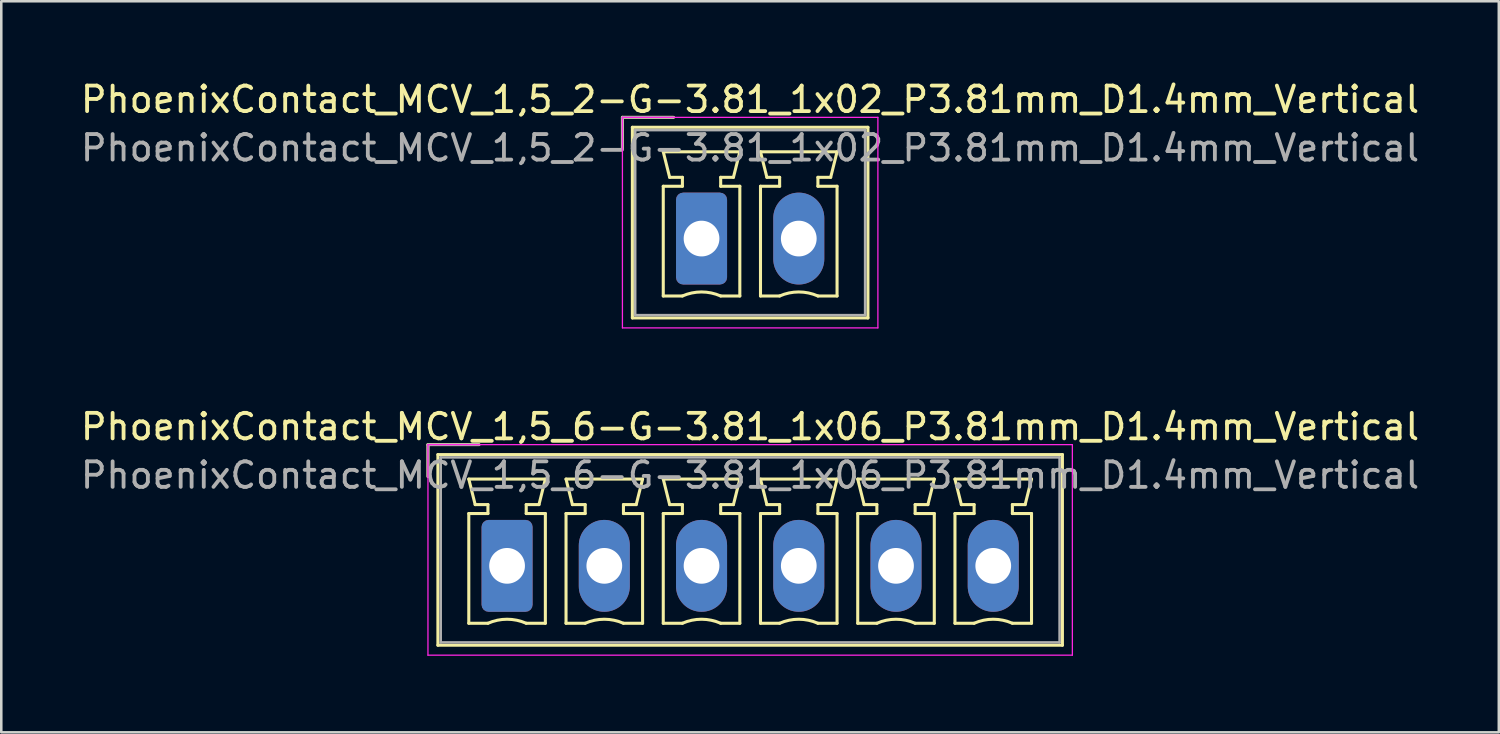
<source format=kicad_pcb>
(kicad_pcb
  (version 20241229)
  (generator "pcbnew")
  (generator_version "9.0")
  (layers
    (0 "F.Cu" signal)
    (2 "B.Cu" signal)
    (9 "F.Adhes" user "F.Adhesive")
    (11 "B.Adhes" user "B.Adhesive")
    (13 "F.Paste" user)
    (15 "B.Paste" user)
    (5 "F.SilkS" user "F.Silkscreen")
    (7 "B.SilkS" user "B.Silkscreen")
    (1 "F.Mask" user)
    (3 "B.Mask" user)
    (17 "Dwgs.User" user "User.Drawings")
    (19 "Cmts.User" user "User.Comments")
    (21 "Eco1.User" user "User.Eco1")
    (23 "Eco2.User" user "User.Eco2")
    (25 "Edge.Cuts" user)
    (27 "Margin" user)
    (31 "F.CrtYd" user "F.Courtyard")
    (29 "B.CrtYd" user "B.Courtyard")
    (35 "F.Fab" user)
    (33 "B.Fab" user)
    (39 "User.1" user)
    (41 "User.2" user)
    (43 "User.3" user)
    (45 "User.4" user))
  (footprint "PhoenixContact_MCV_1,5_6-G-3.81_1x06_P3.81mm_D1.4mm_Vertical"
    (layer "F.Cu")
    (at 16.819 19.122)
    (property "Reference" "PhoenixContact_MCV_1,5_6-G-3.81_1x06_P3.81mm_D1.4mm_Vertical" (at 9.52 -5.45 0) (layer "F.SilkS") (effects (font (size 1 1) (thickness 0.15))))
    (attr through_hole)
    (fp_line (start -3.1 -4.75) (end -1.1 -4.75) (stroke (width 0.12) (type solid)) (layer "F.SilkS"))
    (fp_line (start -3.1 -3.5) (end -3.1 -4.75) (stroke (width 0.12) (type solid)) (layer "F.SilkS"))
    (fp_line (start -2.71 -4.36) (end -2.71 3.11) (stroke (width 0.12) (type solid)) (layer "F.SilkS"))
    (fp_line (start -2.71 3.11) (end 21.76 3.11) (stroke (width 0.12) (type solid)) (layer "F.SilkS"))
    (fp_line (start -1.5 -3.4) (end 1.5 -3.4) (stroke (width 0.12) (type solid)) (layer "F.SilkS"))
    (fp_line (start -1.5 -2.05) (end -0.75 -2.05) (stroke (width 0.12) (type solid)) (layer "F.SilkS"))
    (fp_line (start -1.5 2.25) (end -1.5 -2.05) (stroke (width 0.12) (type solid)) (layer "F.SilkS"))
    (fp_line (start -1.25 -2.4) (end -1.5 -3.4) (stroke (width 0.12) (type solid)) (layer "F.SilkS"))
    (fp_line (start -0.75 -2.4) (end -1.25 -2.4) (stroke (width 0.12) (type solid)) (layer "F.SilkS"))
    (fp_line (start -0.75 -2.05) (end -0.75 -2.4) (stroke (width 0.12) (type solid)) (layer "F.SilkS"))
    (fp_line (start -0.75 2.25) (end -1.5 2.25) (stroke (width 0.12) (type solid)) (layer "F.SilkS"))
    (fp_line (start 0.75 -2.4) (end 0.75 -2.05) (stroke (width 0.12) (type solid)) (layer "F.SilkS"))
    (fp_line (start 0.75 -2.05) (end 1.5 -2.05) (stroke (width 0.12) (type solid)) (layer "F.SilkS"))
    (fp_line (start 1.25 -2.4) (end 0.75 -2.4) (stroke (width 0.12) (type solid)) (layer "F.SilkS"))
    (fp_line (start 1.5 -3.4) (end 1.25 -2.4) (stroke (width 0.12) (type solid)) (layer "F.SilkS"))
    (fp_line (start 1.5 -2.05) (end 1.5 2.25) (stroke (width 0.12) (type solid)) (layer "F.SilkS"))
    (fp_line (start 1.5 2.25) (end 0.75 2.25) (stroke (width 0.12) (type solid)) (layer "F.SilkS"))
    (fp_line (start 2.31 -3.4) (end 5.31 -3.4) (stroke (width 0.12) (type solid)) (layer "F.SilkS"))
    (fp_line (start 2.31 -2.05) (end 3.06 -2.05) (stroke (width 0.12) (type solid)) (layer "F.SilkS"))
    (fp_line (start 2.31 2.25) (end 2.31 -2.05) (stroke (width 0.12) (type solid)) (layer "F.SilkS"))
    (fp_line (start 2.56 -2.4) (end 2.31 -3.4) (stroke (width 0.12) (type solid)) (layer "F.SilkS"))
    (fp_line (start 3.06 -2.4) (end 2.56 -2.4) (stroke (width 0.12) (type solid)) (layer "F.SilkS"))
    (fp_line (start 3.06 -2.05) (end 3.06 -2.4) (stroke (width 0.12) (type solid)) (layer "F.SilkS"))
    (fp_line (start 3.06 2.25) (end 2.31 2.25) (stroke (width 0.12) (type solid)) (layer "F.SilkS"))
    (fp_line (start 4.56 -2.4) (end 4.56 -2.05) (stroke (width 0.12) (type solid)) (layer "F.SilkS"))
    (fp_line (start 4.56 -2.05) (end 5.31 -2.05) (stroke (width 0.12) (type solid)) (layer "F.SilkS"))
    (fp_line (start 5.06 -2.4) (end 4.56 -2.4) (stroke (width 0.12) (type solid)) (layer "F.SilkS"))
    (fp_line (start 5.31 -3.4) (end 5.06 -2.4) (stroke (width 0.12) (type solid)) (layer "F.SilkS"))
    (fp_line (start 5.31 -2.05) (end 5.31 2.25) (stroke (width 0.12) (type solid)) (layer "F.SilkS"))
    (fp_line (start 5.31 2.25) (end 4.56 2.25) (stroke (width 0.12) (type solid)) (layer "F.SilkS"))
    (fp_line (start 6.12 -3.4) (end 9.12 -3.4) (stroke (width 0.12) (type solid)) (layer "F.SilkS"))
    (fp_line (start 6.12 -2.05) (end 6.87 -2.05) (stroke (width 0.12) (type solid)) (layer "F.SilkS"))
    (fp_line (start 6.12 2.25) (end 6.12 -2.05) (stroke (width 0.12) (type solid)) (layer "F.SilkS"))
    (fp_line (start 6.37 -2.4) (end 6.12 -3.4) (stroke (width 0.12) (type solid)) (layer "F.SilkS"))
    (fp_line (start 6.87 -2.4) (end 6.37 -2.4) (stroke (width 0.12) (type solid)) (layer "F.SilkS"))
    (fp_line (start 6.87 -2.05) (end 6.87 -2.4) (stroke (width 0.12) (type solid)) (layer "F.SilkS"))
    (fp_line (start 6.87 2.25) (end 6.12 2.25) (stroke (width 0.12) (type solid)) (layer "F.SilkS"))
    (fp_line (start 8.37 -2.4) (end 8.37 -2.05) (stroke (width 0.12) (type solid)) (layer "F.SilkS"))
    (fp_line (start 8.37 -2.05) (end 9.12 -2.05) (stroke (width 0.12) (type solid)) (layer "F.SilkS"))
    (fp_line (start 8.87 -2.4) (end 8.37 -2.4) (stroke (width 0.12) (type solid)) (layer "F.SilkS"))
    (fp_line (start 9.12 -3.4) (end 8.87 -2.4) (stroke (width 0.12) (type solid)) (layer "F.SilkS"))
    (fp_line (start 9.12 -2.05) (end 9.12 2.25) (stroke (width 0.12) (type solid)) (layer "F.SilkS"))
    (fp_line (start 9.12 2.25) (end 8.37 2.25) (stroke (width 0.12) (type solid)) (layer "F.SilkS"))
    (fp_line (start 9.93 -3.4) (end 12.93 -3.4) (stroke (width 0.12) (type solid)) (layer "F.SilkS"))
    (fp_line (start 9.93 -2.05) (end 10.68 -2.05) (stroke (width 0.12) (type solid)) (layer "F.SilkS"))
    (fp_line (start 9.93 2.25) (end 9.93 -2.05) (stroke (width 0.12) (type solid)) (layer "F.SilkS"))
    (fp_line (start 10.18 -2.4) (end 9.93 -3.4) (stroke (width 0.12) (type solid)) (layer "F.SilkS"))
    (fp_line (start 10.68 -2.4) (end 10.18 -2.4) (stroke (width 0.12) (type solid)) (layer "F.SilkS"))
    (fp_line (start 10.68 -2.05) (end 10.68 -2.4) (stroke (width 0.12) (type solid)) (layer "F.SilkS"))
    (fp_line (start 10.68 2.25) (end 9.93 2.25) (stroke (width 0.12) (type solid)) (layer "F.SilkS"))
    (fp_line (start 12.18 -2.4) (end 12.18 -2.05) (stroke (width 0.12) (type solid)) (layer "F.SilkS"))
    (fp_line (start 12.18 -2.05) (end 12.93 -2.05) (stroke (width 0.12) (type solid)) (layer "F.SilkS"))
    (fp_line (start 12.68 -2.4) (end 12.18 -2.4) (stroke (width 0.12) (type solid)) (layer "F.SilkS"))
    (fp_line (start 12.93 -3.4) (end 12.68 -2.4) (stroke (width 0.12) (type solid)) (layer "F.SilkS"))
    (fp_line (start 12.93 -2.05) (end 12.93 2.25) (stroke (width 0.12) (type solid)) (layer "F.SilkS"))
    (fp_line (start 12.93 2.25) (end 12.18 2.25) (stroke (width 0.12) (type solid)) (layer "F.SilkS"))
    (fp_line (start 13.74 -3.4) (end 16.74 -3.4) (stroke (width 0.12) (type solid)) (layer "F.SilkS"))
    (fp_line (start 13.74 -2.05) (end 14.49 -2.05) (stroke (width 0.12) (type solid)) (layer "F.SilkS"))
    (fp_line (start 13.74 2.25) (end 13.74 -2.05) (stroke (width 0.12) (type solid)) (layer "F.SilkS"))
    (fp_line (start 13.99 -2.4) (end 13.74 -3.4) (stroke (width 0.12) (type solid)) (layer "F.SilkS"))
    (fp_line (start 14.49 -2.4) (end 13.99 -2.4) (stroke (width 0.12) (type solid)) (layer "F.SilkS"))
    (fp_line (start 14.49 -2.05) (end 14.49 -2.4) (stroke (width 0.12) (type solid)) (layer "F.SilkS"))
    (fp_line (start 14.49 2.25) (end 13.74 2.25) (stroke (width 0.12) (type solid)) (layer "F.SilkS"))
    (fp_line (start 15.99 -2.4) (end 15.99 -2.05) (stroke (width 0.12) (type solid)) (layer "F.SilkS"))
    (fp_line (start 15.99 -2.05) (end 16.74 -2.05) (stroke (width 0.12) (type solid)) (layer "F.SilkS"))
    (fp_line (start 16.49 -2.4) (end 15.99 -2.4) (stroke (width 0.12) (type solid)) (layer "F.SilkS"))
    (fp_line (start 16.74 -3.4) (end 16.49 -2.4) (stroke (width 0.12) (type solid)) (layer "F.SilkS"))
    (fp_line (start 16.74 -2.05) (end 16.74 2.25) (stroke (width 0.12) (type solid)) (layer "F.SilkS"))
    (fp_line (start 16.74 2.25) (end 15.99 2.25) (stroke (width 0.12) (type solid)) (layer "F.SilkS"))
    (fp_line (start 17.55 -3.4) (end 20.55 -3.4) (stroke (width 0.12) (type solid)) (layer "F.SilkS"))
    (fp_line (start 17.55 -2.05) (end 18.3 -2.05) (stroke (width 0.12) (type solid)) (layer "F.SilkS"))
    (fp_line (start 17.55 2.25) (end 17.55 -2.05) (stroke (width 0.12) (type solid)) (layer "F.SilkS"))
    (fp_line (start 17.8 -2.4) (end 17.55 -3.4) (stroke (width 0.12) (type solid)) (layer "F.SilkS"))
    (fp_line (start 18.3 -2.4) (end 17.8 -2.4) (stroke (width 0.12) (type solid)) (layer "F.SilkS"))
    (fp_line (start 18.3 -2.05) (end 18.3 -2.4) (stroke (width 0.12) (type solid)) (layer "F.SilkS"))
    (fp_line (start 18.3 2.25) (end 17.55 2.25) (stroke (width 0.12) (type solid)) (layer "F.SilkS"))
    (fp_line (start 19.8 -2.4) (end 19.8 -2.05) (stroke (width 0.12) (type solid)) (layer "F.SilkS"))
    (fp_line (start 19.8 -2.05) (end 20.55 -2.05) (stroke (width 0.12) (type solid)) (layer "F.SilkS"))
    (fp_line (start 20.3 -2.4) (end 19.8 -2.4) (stroke (width 0.12) (type solid)) (layer "F.SilkS"))
    (fp_line (start 20.55 -3.4) (end 20.3 -2.4) (stroke (width 0.12) (type solid)) (layer "F.SilkS"))
    (fp_line (start 20.55 -2.05) (end 20.55 2.25) (stroke (width 0.12) (type solid)) (layer "F.SilkS"))
    (fp_line (start 20.55 2.25) (end 19.8 2.25) (stroke (width 0.12) (type solid)) (layer "F.SilkS"))
    (fp_line (start 21.76 -4.36) (end -2.71 -4.36) (stroke (width 0.12) (type solid)) (layer "F.SilkS"))
    (fp_line (start 21.76 3.11) (end 21.76 -4.36) (stroke (width 0.12) (type solid)) (layer "F.SilkS"))
    (fp_arc (start -0.75 2.25) (mid -0.000193 2.09191) (end 0.749647 2.249844) (stroke (width 0.12) (type solid)) (layer "F.SilkS"))
    (fp_arc (start 3.06 2.25) (mid 3.809807 2.09191) (end 4.559647 2.249844) (stroke (width 0.12) (type solid)) (layer "F.SilkS"))
    (fp_arc (start 6.87 2.25) (mid 7.619807 2.09191) (end 8.369647 2.249844) (stroke (width 0.12) (type solid)) (layer "F.SilkS"))
    (fp_arc (start 10.68 2.25) (mid 11.429807 2.09191) (end 12.179647 2.249844) (stroke (width 0.12) (type solid)) (layer "F.SilkS"))
    (fp_arc (start 14.49 2.25) (mid 15.239807 2.09191) (end 15.989647 2.249844) (stroke (width 0.12) (type solid)) (layer "F.SilkS"))
    (fp_arc (start 18.3 2.25) (mid 19.049807 2.09191) (end 19.799647 2.249844) (stroke (width 0.12) (type solid)) (layer "F.SilkS"))
    (fp_line (start -3.1 -4.75) (end -3.1 3.5) (stroke (width 0.05) (type solid)) (layer "F.CrtYd"))
    (fp_line (start -3.1 3.5) (end 22.15 3.5) (stroke (width 0.05) (type solid)) (layer "F.CrtYd"))
    (fp_line (start 22.15 -4.75) (end -3.1 -4.75) (stroke (width 0.05) (type solid)) (layer "F.CrtYd"))
    (fp_line (start 22.15 3.5) (end 22.15 -4.75) (stroke (width 0.05) (type solid)) (layer "F.CrtYd"))
    (fp_line (start -3.1 -4.75) (end -1.1 -4.75) (stroke (width 0.1) (type solid)) (layer "F.Fab"))
    (fp_line (start -3.1 -3.5) (end -3.1 -4.75) (stroke (width 0.1) (type solid)) (layer "F.Fab"))
    (fp_line (start -2.6 -4.25) (end -2.6 3) (stroke (width 0.1) (type solid)) (layer "F.Fab"))
    (fp_line (start -2.6 3) (end 21.65 3) (stroke (width 0.1) (type solid)) (layer "F.Fab"))
    (fp_line (start 21.65 -4.25) (end -2.6 -4.25) (stroke (width 0.1) (type solid)) (layer "F.Fab"))
    (fp_line (start 21.65 3) (end 21.65 -4.25) (stroke (width 0.1) (type solid)) (layer "F.Fab"))
    (fp_text user "${REFERENCE}" (at 9.52 -3.55 0) (layer "F.Fab") (effects (font (size 1 1) (thickness 0.15))))
    (pad "1" thru_hole roundrect (at 0 0) (size 2 3.6) (drill 1.4) (layers "*.Cu" "*.Mask") (roundrect_rratio 0.139))
    (pad "2" thru_hole oval (at 3.81 0) (size 2 3.6) (drill 1.4) (layers "*.Cu" "*.Mask"))
    (pad "3" thru_hole oval (at 7.62 0) (size 2 3.6) (drill 1.4) (layers "*.Cu" "*.Mask"))
    (pad "4" thru_hole oval (at 11.43 0) (size 2 3.6) (drill 1.4) (layers "*.Cu" "*.Mask"))
    (pad "5" thru_hole oval (at 15.24 0) (size 2 3.6) (drill 1.4) (layers "*.Cu" "*.Mask"))
    (pad "6" thru_hole oval (at 19.05 0) (size 2 3.6) (drill 1.4) (layers "*.Cu" "*.Mask")))
  (footprint "PhoenixContact_MCV_1,5_2-G-3.81_1x02_P3.81mm_D1.4mm_Vertical"
    (layer "F.Cu")
    (at 24.439 6.298)
    (property "Reference" "PhoenixContact_MCV_1,5_2-G-3.81_1x02_P3.81mm_D1.4mm_Vertical" (at 1.9 -5.45 0) (layer "F.SilkS") (effects (font (size 1 1) (thickness 0.15))))
    (attr through_hole)
    (fp_line (start -3.1 -4.75) (end -1.1 -4.75) (stroke (width 0.12) (type solid)) (layer "F.SilkS"))
    (fp_line (start -3.1 -3.5) (end -3.1 -4.75) (stroke (width 0.12) (type solid)) (layer "F.SilkS"))
    (fp_line (start -2.71 -4.36) (end -2.71 3.11) (stroke (width 0.12) (type solid)) (layer "F.SilkS"))
    (fp_line (start -2.71 3.11) (end 6.52 3.11) (stroke (width 0.12) (type solid)) (layer "F.SilkS"))
    (fp_line (start -1.5 -3.4) (end 1.5 -3.4) (stroke (width 0.12) (type solid)) (layer "F.SilkS"))
    (fp_line (start -1.5 -2.05) (end -0.75 -2.05) (stroke (width 0.12) (type solid)) (layer "F.SilkS"))
    (fp_line (start -1.5 2.25) (end -1.5 -2.05) (stroke (width 0.12) (type solid)) (layer "F.SilkS"))
    (fp_line (start -1.25 -2.4) (end -1.5 -3.4) (stroke (width 0.12) (type solid)) (layer "F.SilkS"))
    (fp_line (start -0.75 -2.4) (end -1.25 -2.4) (stroke (width 0.12) (type solid)) (layer "F.SilkS"))
    (fp_line (start -0.75 -2.05) (end -0.75 -2.4) (stroke (width 0.12) (type solid)) (layer "F.SilkS"))
    (fp_line (start -0.75 2.25) (end -1.5 2.25) (stroke (width 0.12) (type solid)) (layer "F.SilkS"))
    (fp_line (start 0.75 -2.4) (end 0.75 -2.05) (stroke (width 0.12) (type solid)) (layer "F.SilkS"))
    (fp_line (start 0.75 -2.05) (end 1.5 -2.05) (stroke (width 0.12) (type solid)) (layer "F.SilkS"))
    (fp_line (start 1.25 -2.4) (end 0.75 -2.4) (stroke (width 0.12) (type solid)) (layer "F.SilkS"))
    (fp_line (start 1.5 -3.4) (end 1.25 -2.4) (stroke (width 0.12) (type solid)) (layer "F.SilkS"))
    (fp_line (start 1.5 -2.05) (end 1.5 2.25) (stroke (width 0.12) (type solid)) (layer "F.SilkS"))
    (fp_line (start 1.5 2.25) (end 0.75 2.25) (stroke (width 0.12) (type solid)) (layer "F.SilkS"))
    (fp_line (start 2.31 -3.4) (end 5.31 -3.4) (stroke (width 0.12) (type solid)) (layer "F.SilkS"))
    (fp_line (start 2.31 -2.05) (end 3.06 -2.05) (stroke (width 0.12) (type solid)) (layer "F.SilkS"))
    (fp_line (start 2.31 2.25) (end 2.31 -2.05) (stroke (width 0.12) (type solid)) (layer "F.SilkS"))
    (fp_line (start 2.56 -2.4) (end 2.31 -3.4) (stroke (width 0.12) (type solid)) (layer "F.SilkS"))
    (fp_line (start 3.06 -2.4) (end 2.56 -2.4) (stroke (width 0.12) (type solid)) (layer "F.SilkS"))
    (fp_line (start 3.06 -2.05) (end 3.06 -2.4) (stroke (width 0.12) (type solid)) (layer "F.SilkS"))
    (fp_line (start 3.06 2.25) (end 2.31 2.25) (stroke (width 0.12) (type solid)) (layer "F.SilkS"))
    (fp_line (start 4.56 -2.4) (end 4.56 -2.05) (stroke (width 0.12) (type solid)) (layer "F.SilkS"))
    (fp_line (start 4.56 -2.05) (end 5.31 -2.05) (stroke (width 0.12) (type solid)) (layer "F.SilkS"))
    (fp_line (start 5.06 -2.4) (end 4.56 -2.4) (stroke (width 0.12) (type solid)) (layer "F.SilkS"))
    (fp_line (start 5.31 -3.4) (end 5.06 -2.4) (stroke (width 0.12) (type solid)) (layer "F.SilkS"))
    (fp_line (start 5.31 -2.05) (end 5.31 2.25) (stroke (width 0.12) (type solid)) (layer "F.SilkS"))
    (fp_line (start 5.31 2.25) (end 4.56 2.25) (stroke (width 0.12) (type solid)) (layer "F.SilkS"))
    (fp_line (start 6.52 -4.36) (end -2.71 -4.36) (stroke (width 0.12) (type solid)) (layer "F.SilkS"))
    (fp_line (start 6.52 3.11) (end 6.52 -4.36) (stroke (width 0.12) (type solid)) (layer "F.SilkS"))
    (fp_arc (start -0.75 2.25) (mid -0.000193 2.09191) (end 0.749647 2.249844) (stroke (width 0.12) (type solid)) (layer "F.SilkS"))
    (fp_arc (start 3.06 2.25) (mid 3.809807 2.09191) (end 4.559647 2.249844) (stroke (width 0.12) (type solid)) (layer "F.SilkS"))
    (fp_line (start -3.1 -4.75) (end -3.1 3.5) (stroke (width 0.05) (type solid)) (layer "F.CrtYd"))
    (fp_line (start -3.1 3.5) (end 6.91 3.5) (stroke (width 0.05) (type solid)) (layer "F.CrtYd"))
    (fp_line (start 6.91 -4.75) (end -3.1 -4.75) (stroke (width 0.05) (type solid)) (layer "F.CrtYd"))
    (fp_line (start 6.91 3.5) (end 6.91 -4.75) (stroke (width 0.05) (type solid)) (layer "F.CrtYd"))
    (fp_line (start -3.1 -4.75) (end -1.1 -4.75) (stroke (width 0.1) (type solid)) (layer "F.Fab"))
    (fp_line (start -3.1 -3.5) (end -3.1 -4.75) (stroke (width 0.1) (type solid)) (layer "F.Fab"))
    (fp_line (start -2.6 -4.25) (end -2.6 3) (stroke (width 0.1) (type solid)) (layer "F.Fab"))
    (fp_line (start -2.6 3) (end 6.41 3) (stroke (width 0.1) (type solid)) (layer "F.Fab"))
    (fp_line (start 6.41 -4.25) (end -2.6 -4.25) (stroke (width 0.1) (type solid)) (layer "F.Fab"))
    (fp_line (start 6.41 3) (end 6.41 -4.25) (stroke (width 0.1) (type solid)) (layer "F.Fab"))
    (fp_text user "${REFERENCE}" (at 1.9 -3.55 0) (layer "F.Fab") (effects (font (size 1 1) (thickness 0.15))))
    (pad "1" thru_hole roundrect (at 0 0) (size 2 3.6) (drill 1.4) (layers "*.Cu" "*.Mask") (roundrect_rratio 0.139))
    (pad "2" thru_hole oval (at 3.81 0) (size 2 3.6) (drill 1.4) (layers "*.Cu" "*.Mask")))
  (gr_rect
    (start -3 -3)
    (end 55.679 25.646)
    (stroke (width 0.1) (type default))
    (fill no)
    (layer "Edge.Cuts")))
</source>
